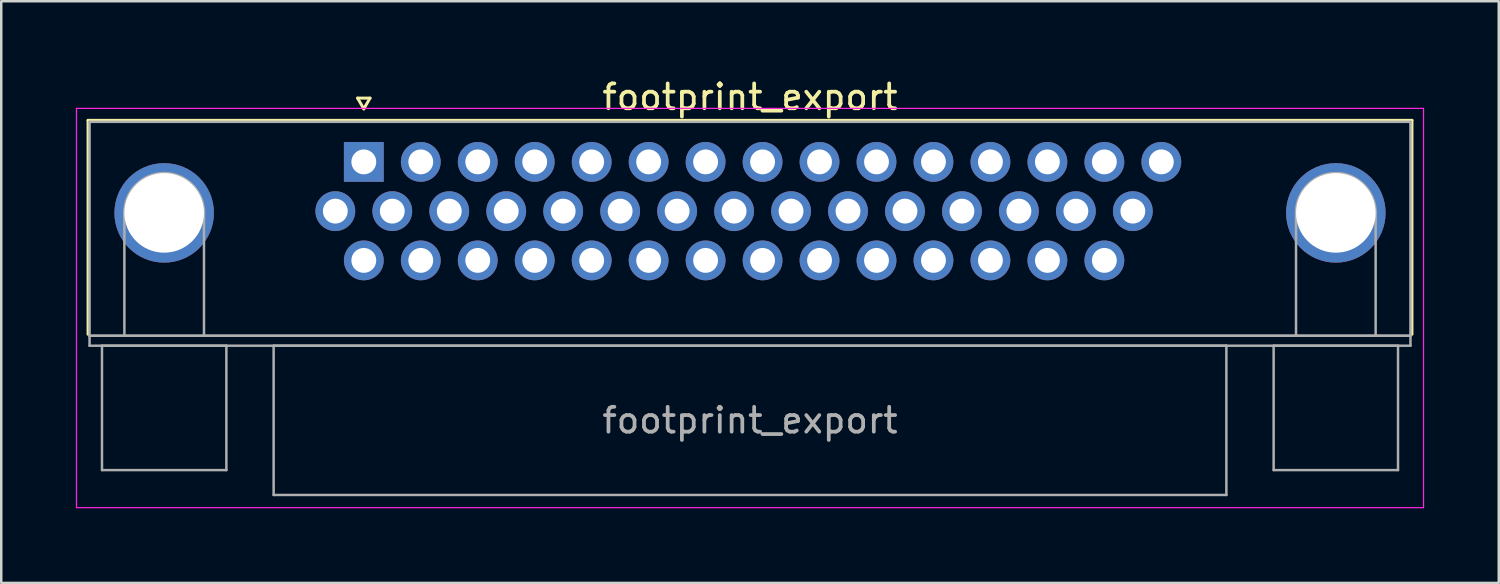
<source format=kicad_pcb>
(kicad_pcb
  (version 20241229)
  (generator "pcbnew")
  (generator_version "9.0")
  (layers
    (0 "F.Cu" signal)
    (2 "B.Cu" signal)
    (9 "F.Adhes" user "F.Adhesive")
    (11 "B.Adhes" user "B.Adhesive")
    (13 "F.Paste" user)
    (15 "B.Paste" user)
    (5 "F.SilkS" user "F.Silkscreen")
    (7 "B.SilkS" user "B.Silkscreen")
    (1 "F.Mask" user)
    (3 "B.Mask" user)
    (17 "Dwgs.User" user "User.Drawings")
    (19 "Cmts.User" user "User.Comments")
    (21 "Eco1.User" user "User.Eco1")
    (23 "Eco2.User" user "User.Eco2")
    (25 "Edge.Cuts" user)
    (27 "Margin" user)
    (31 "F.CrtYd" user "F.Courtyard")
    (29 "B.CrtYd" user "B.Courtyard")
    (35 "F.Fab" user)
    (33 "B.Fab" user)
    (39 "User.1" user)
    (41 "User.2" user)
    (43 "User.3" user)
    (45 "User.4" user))
  (footprint "footprint_export"
    (layer "F.Cu")
    (at 11.575 3.458)
    (property "Reference" "footprint_export" (at 15.525 -2.61 0) (layer "F.SilkS") (effects (font (size 1 1) (thickness 0.15))))
    (attr through_hole)
    (fp_line (start -11.085 -1.67) (end 42.135 -1.67) (stroke (width 0.12) (type solid)) (layer "F.SilkS"))
    (fp_line (start -11.085 6.93) (end -11.085 -1.67) (stroke (width 0.12) (type solid)) (layer "F.SilkS"))
    (fp_line (start -0.25 -2.564) (end 0.25 -2.564) (stroke (width 0.12) (type solid)) (layer "F.SilkS"))
    (fp_line (start 0 -2.131) (end -0.25 -2.564) (stroke (width 0.12) (type solid)) (layer "F.SilkS"))
    (fp_line (start 0.25 -2.564) (end 0 -2.131) (stroke (width 0.12) (type solid)) (layer "F.SilkS"))
    (fp_line (start 42.135 -1.67) (end 42.135 6.93) (stroke (width 0.12) (type solid)) (layer "F.SilkS"))
    (fp_line (start -11.55 -2.15) (end -11.55 13.9) (stroke (width 0.05) (type solid)) (layer "F.CrtYd"))
    (fp_line (start -11.55 13.9) (end 42.6 13.9) (stroke (width 0.05) (type solid)) (layer "F.CrtYd"))
    (fp_line (start 42.6 -2.15) (end -11.55 -2.15) (stroke (width 0.05) (type solid)) (layer "F.CrtYd"))
    (fp_line (start 42.6 13.9) (end 42.6 -2.15) (stroke (width 0.05) (type solid)) (layer "F.CrtYd"))
    (fp_line (start -11.025 -1.61) (end -11.025 6.99) (stroke (width 0.1) (type solid)) (layer "F.Fab"))
    (fp_line (start -11.025 6.99) (end -11.025 7.39) (stroke (width 0.1) (type solid)) (layer "F.Fab"))
    (fp_line (start -11.025 6.99) (end 42.075 6.99) (stroke (width 0.1) (type solid)) (layer "F.Fab"))
    (fp_line (start -11.025 7.39) (end 42.075 7.39) (stroke (width 0.1) (type solid)) (layer "F.Fab"))
    (fp_line (start -10.525 7.39) (end -10.525 12.39) (stroke (width 0.1) (type solid)) (layer "F.Fab"))
    (fp_line (start -10.525 12.39) (end -5.525 12.39) (stroke (width 0.1) (type solid)) (layer "F.Fab"))
    (fp_line (start -9.625 6.99) (end -9.625 2.05) (stroke (width 0.1) (type solid)) (layer "F.Fab"))
    (fp_line (start -6.425 6.99) (end -6.425 2.05) (stroke (width 0.1) (type solid)) (layer "F.Fab"))
    (fp_line (start -5.525 7.39) (end -10.525 7.39) (stroke (width 0.1) (type solid)) (layer "F.Fab"))
    (fp_line (start -5.525 12.39) (end -5.525 7.39) (stroke (width 0.1) (type solid)) (layer "F.Fab"))
    (fp_line (start -3.625 7.39) (end -3.625 13.39) (stroke (width 0.1) (type solid)) (layer "F.Fab"))
    (fp_line (start -3.625 13.39) (end 34.675 13.39) (stroke (width 0.1) (type solid)) (layer "F.Fab"))
    (fp_line (start 34.675 7.39) (end -3.625 7.39) (stroke (width 0.1) (type solid)) (layer "F.Fab"))
    (fp_line (start 34.675 13.39) (end 34.675 7.39) (stroke (width 0.1) (type solid)) (layer "F.Fab"))
    (fp_line (start 36.575 7.39) (end 36.575 12.39) (stroke (width 0.1) (type solid)) (layer "F.Fab"))
    (fp_line (start 36.575 12.39) (end 41.575 12.39) (stroke (width 0.1) (type solid)) (layer "F.Fab"))
    (fp_line (start 37.475 6.99) (end 37.475 2.05) (stroke (width 0.1) (type solid)) (layer "F.Fab"))
    (fp_line (start 40.675 6.99) (end 40.675 2.05) (stroke (width 0.1) (type solid)) (layer "F.Fab"))
    (fp_line (start 41.575 7.39) (end 36.575 7.39) (stroke (width 0.1) (type solid)) (layer "F.Fab"))
    (fp_line (start 41.575 12.39) (end 41.575 7.39) (stroke (width 0.1) (type solid)) (layer "F.Fab"))
    (fp_line (start 42.075 -1.61) (end -11.025 -1.61) (stroke (width 0.1) (type solid)) (layer "F.Fab"))
    (fp_line (start 42.075 6.99) (end -11.025 6.99) (stroke (width 0.1) (type solid)) (layer "F.Fab"))
    (fp_line (start 42.075 6.99) (end 42.075 -1.61) (stroke (width 0.1) (type solid)) (layer "F.Fab"))
    (fp_line (start 42.075 7.39) (end 42.075 6.99) (stroke (width 0.1) (type solid)) (layer "F.Fab"))
    (fp_arc (start -9.625 2.05) (mid -8.025 0.45) (end -6.425 2.05) (stroke (width 0.1) (type solid)) (layer "F.Fab"))
    (fp_arc (start 37.475 2.05) (mid 39.075 0.45) (end 40.675 2.05) (stroke (width 0.1) (type solid)) (layer "F.Fab"))
    (fp_text user "${REFERENCE}" (at 15.525 10.39 0) (layer "F.Fab") (effects (font (size 1 1) (thickness 0.15))))
    (pad "0" thru_hole circle (at -8.025 2.05) (size 4 4) (drill 3.2) (layers "*.Cu" "*.Mask"))
    (pad "0" thru_hole circle (at 39.075 2.05) (size 4 4) (drill 3.2) (layers "*.Cu" "*.Mask"))
    (pad "1" thru_hole rect (at 0 0) (size 1.6 1.6) (drill 1) (layers "*.Cu" "*.Mask"))
    (pad "2" thru_hole circle (at 2.29 0) (size 1.6 1.6) (drill 1) (layers "*.Cu" "*.Mask"))
    (pad "3" thru_hole circle (at 4.58 0) (size 1.6 1.6) (drill 1) (layers "*.Cu" "*.Mask"))
    (pad "4" thru_hole circle (at 6.87 0) (size 1.6 1.6) (drill 1) (layers "*.Cu" "*.Mask"))
    (pad "5" thru_hole circle (at 9.16 0) (size 1.6 1.6) (drill 1) (layers "*.Cu" "*.Mask"))
    (pad "6" thru_hole circle (at 11.45 0) (size 1.6 1.6) (drill 1) (layers "*.Cu" "*.Mask"))
    (pad "7" thru_hole circle (at 13.74 0) (size 1.6 1.6) (drill 1) (layers "*.Cu" "*.Mask"))
    (pad "8" thru_hole circle (at 16.03 0) (size 1.6 1.6) (drill 1) (layers "*.Cu" "*.Mask"))
    (pad "9" thru_hole circle (at 18.32 0) (size 1.6 1.6) (drill 1) (layers "*.Cu" "*.Mask"))
    (pad "10" thru_hole circle (at 20.61 0) (size 1.6 1.6) (drill 1) (layers "*.Cu" "*.Mask"))
    (pad "11" thru_hole circle (at 22.9 0) (size 1.6 1.6) (drill 1) (layers "*.Cu" "*.Mask"))
    (pad "12" thru_hole circle (at 25.19 0) (size 1.6 1.6) (drill 1) (layers "*.Cu" "*.Mask"))
    (pad "13" thru_hole circle (at 27.48 0) (size 1.6 1.6) (drill 1) (layers "*.Cu" "*.Mask"))
    (pad "14" thru_hole circle (at 29.77 0) (size 1.6 1.6) (drill 1) (layers "*.Cu" "*.Mask"))
    (pad "15" thru_hole circle (at 32.06 0) (size 1.6 1.6) (drill 1) (layers "*.Cu" "*.Mask"))
    (pad "16" thru_hole circle (at -1.145 1.98) (size 1.6 1.6) (drill 1) (layers "*.Cu" "*.Mask"))
    (pad "17" thru_hole circle (at 1.145 1.98) (size 1.6 1.6) (drill 1) (layers "*.Cu" "*.Mask"))
    (pad "18" thru_hole circle (at 3.435 1.98) (size 1.6 1.6) (drill 1) (layers "*.Cu" "*.Mask"))
    (pad "19" thru_hole circle (at 5.725 1.98) (size 1.6 1.6) (drill 1) (layers "*.Cu" "*.Mask"))
    (pad "20" thru_hole circle (at 8.015 1.98) (size 1.6 1.6) (drill 1) (layers "*.Cu" "*.Mask"))
    (pad "21" thru_hole circle (at 10.305 1.98) (size 1.6 1.6) (drill 1) (layers "*.Cu" "*.Mask"))
    (pad "22" thru_hole circle (at 12.595 1.98) (size 1.6 1.6) (drill 1) (layers "*.Cu" "*.Mask"))
    (pad "23" thru_hole circle (at 14.885 1.98) (size 1.6 1.6) (drill 1) (layers "*.Cu" "*.Mask"))
    (pad "24" thru_hole circle (at 17.175 1.98) (size 1.6 1.6) (drill 1) (layers "*.Cu" "*.Mask"))
    (pad "25" thru_hole circle (at 19.465 1.98) (size 1.6 1.6) (drill 1) (layers "*.Cu" "*.Mask"))
    (pad "26" thru_hole circle (at 21.755 1.98) (size 1.6 1.6) (drill 1) (layers "*.Cu" "*.Mask"))
    (pad "27" thru_hole circle (at 24.045 1.98) (size 1.6 1.6) (drill 1) (layers "*.Cu" "*.Mask"))
    (pad "28" thru_hole circle (at 26.335 1.98) (size 1.6 1.6) (drill 1) (layers "*.Cu" "*.Mask"))
    (pad "29" thru_hole circle (at 28.625 1.98) (size 1.6 1.6) (drill 1) (layers "*.Cu" "*.Mask"))
    (pad "30" thru_hole circle (at 30.915 1.98) (size 1.6 1.6) (drill 1) (layers "*.Cu" "*.Mask"))
    (pad "31" thru_hole circle (at 0 3.96) (size 1.6 1.6) (drill 1) (layers "*.Cu" "*.Mask"))
    (pad "32" thru_hole circle (at 2.29 3.96) (size 1.6 1.6) (drill 1) (layers "*.Cu" "*.Mask"))
    (pad "33" thru_hole circle (at 4.58 3.96) (size 1.6 1.6) (drill 1) (layers "*.Cu" "*.Mask"))
    (pad "34" thru_hole circle (at 6.87 3.96) (size 1.6 1.6) (drill 1) (layers "*.Cu" "*.Mask"))
    (pad "35" thru_hole circle (at 9.16 3.96) (size 1.6 1.6) (drill 1) (layers "*.Cu" "*.Mask"))
    (pad "36" thru_hole circle (at 11.45 3.96) (size 1.6 1.6) (drill 1) (layers "*.Cu" "*.Mask"))
    (pad "37" thru_hole circle (at 13.74 3.96) (size 1.6 1.6) (drill 1) (layers "*.Cu" "*.Mask"))
    (pad "38" thru_hole circle (at 16.03 3.96) (size 1.6 1.6) (drill 1) (layers "*.Cu" "*.Mask"))
    (pad "39" thru_hole circle (at 18.32 3.96) (size 1.6 1.6) (drill 1) (layers "*.Cu" "*.Mask"))
    (pad "40" thru_hole circle (at 20.61 3.96) (size 1.6 1.6) (drill 1) (layers "*.Cu" "*.Mask"))
    (pad "41" thru_hole circle (at 22.9 3.96) (size 1.6 1.6) (drill 1) (layers "*.Cu" "*.Mask"))
    (pad "42" thru_hole circle (at 25.19 3.96) (size 1.6 1.6) (drill 1) (layers "*.Cu" "*.Mask"))
    (pad "43" thru_hole circle (at 27.48 3.96) (size 1.6 1.6) (drill 1) (layers "*.Cu" "*.Mask"))
    (pad "44" thru_hole circle (at 29.77 3.96) (size 1.6 1.6) (drill 1) (layers "*.Cu" "*.Mask")))
  (gr_rect
    (start -3 -3)
    (end 57.2 20.383)
    (stroke (width 0.1) (type default))
    (fill no)
    (layer "Edge.Cuts")))
</source>
